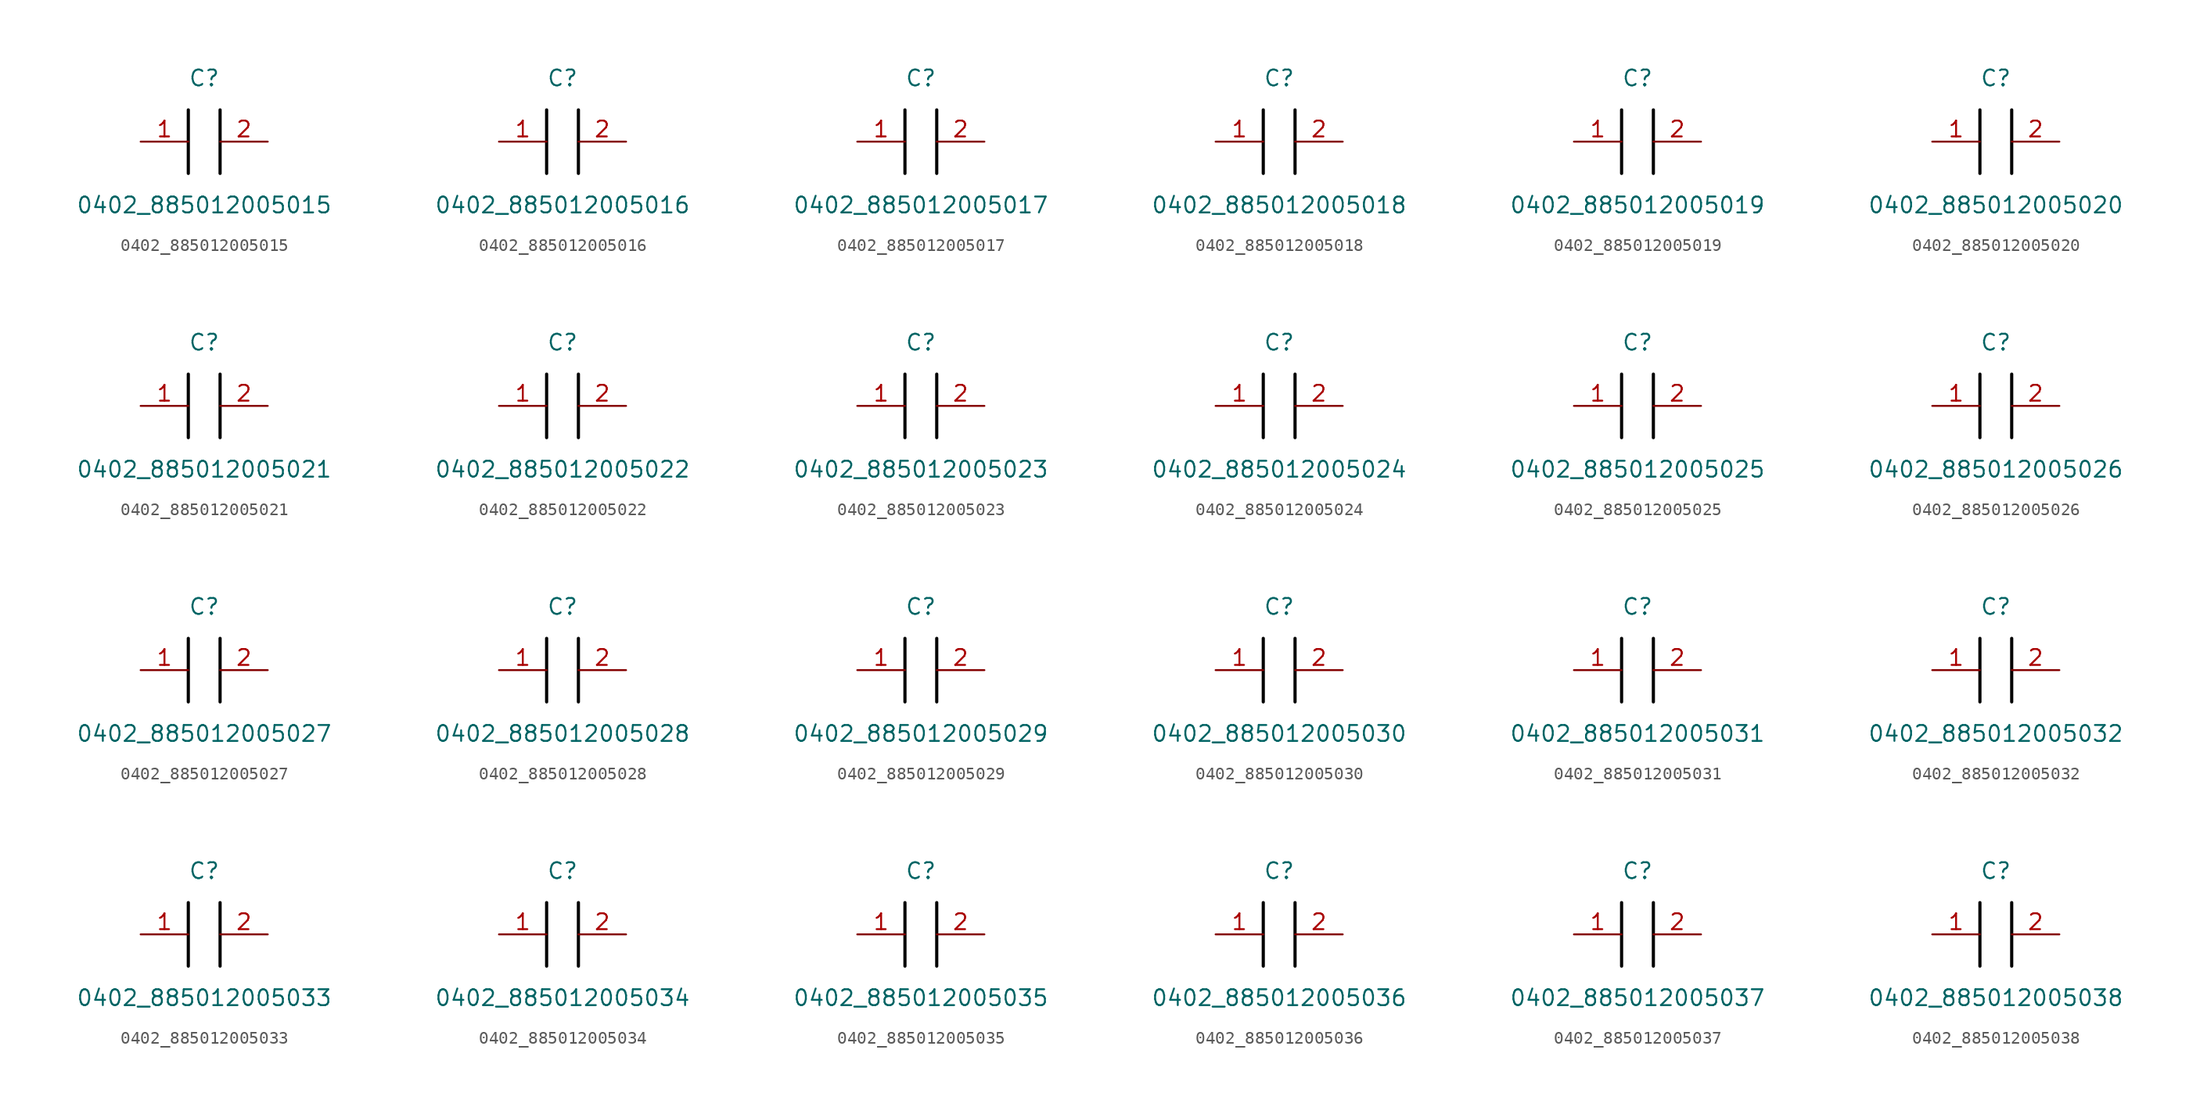
<source format=kicad_sym>
(kicad_symbol_lib
  (version 20220914)
  (generator kicad_symbol_editor)
  (symbol "0402_885012005015"
    (pin_names hide)
    (property "Reference" "C"
      (at 0 5.08 0)
      (effects (font (size 1.27 1.27))))
    (property "Value" "0402_885012005015"
      (at 0 -5.08 0)
      (effects (font (size 1.27 1.27))))
    (symbol "0402_885012005015_1_1"
      (polyline (pts (xy -1.27 2.54) (xy -1.27 -2.54)) (stroke (width 0.254) (type default) (color 0 0 0 1)) (fill (type none)))
      (polyline (pts (xy 1.27 2.54) (xy 1.27 -2.54)) (stroke (width 0.254) (type default) (color 0 0 0 1)) (fill (type none)))
      (pin passive line (at -5.08 0 0) (length 3.81) (name "1" (effects (font (size 1.27 1.27)))) (number "1" (effects (font (size 1.27 1.27)))))
      (pin passive line (at 5.08 0 180) (length 3.81) (name "2" (effects (font (size 1.27 1.27)))) (number "2" (effects (font (size 1.27 1.27)))))))
  (symbol "0402_885012005016"
    (pin_names hide)
    (property "Reference" "C"
      (at 0 5.08 0)
      (effects (font (size 1.27 1.27))))
    (property "Value" "0402_885012005016"
      (at 0 -5.08 0)
      (effects (font (size 1.27 1.27))))
    (symbol "0402_885012005016_1_1"
      (polyline (pts (xy -1.27 2.54) (xy -1.27 -2.54)) (stroke (width 0.254) (type default) (color 0 0 0 1)) (fill (type none)))
      (polyline (pts (xy 1.27 2.54) (xy 1.27 -2.54)) (stroke (width 0.254) (type default) (color 0 0 0 1)) (fill (type none)))
      (pin passive line (at -5.08 0 0) (length 3.81) (name "1" (effects (font (size 1.27 1.27)))) (number "1" (effects (font (size 1.27 1.27)))))
      (pin passive line (at 5.08 0 180) (length 3.81) (name "2" (effects (font (size 1.27 1.27)))) (number "2" (effects (font (size 1.27 1.27)))))))
  (symbol "0402_885012005017"
    (pin_names hide)
    (property "Reference" "C"
      (at 0 5.08 0)
      (effects (font (size 1.27 1.27))))
    (property "Value" "0402_885012005017"
      (at 0 -5.08 0)
      (effects (font (size 1.27 1.27))))
    (symbol "0402_885012005017_1_1"
      (polyline (pts (xy -1.27 2.54) (xy -1.27 -2.54)) (stroke (width 0.254) (type default) (color 0 0 0 1)) (fill (type none)))
      (polyline (pts (xy 1.27 2.54) (xy 1.27 -2.54)) (stroke (width 0.254) (type default) (color 0 0 0 1)) (fill (type none)))
      (pin passive line (at -5.08 0 0) (length 3.81) (name "1" (effects (font (size 1.27 1.27)))) (number "1" (effects (font (size 1.27 1.27)))))
      (pin passive line (at 5.08 0 180) (length 3.81) (name "2" (effects (font (size 1.27 1.27)))) (number "2" (effects (font (size 1.27 1.27)))))))
  (symbol "0402_885012005018"
    (pin_names hide)
    (property "Reference" "C"
      (at 0 5.08 0)
      (effects (font (size 1.27 1.27))))
    (property "Value" "0402_885012005018"
      (at 0 -5.08 0)
      (effects (font (size 1.27 1.27))))
    (symbol "0402_885012005018_1_1"
      (polyline (pts (xy -1.27 2.54) (xy -1.27 -2.54)) (stroke (width 0.254) (type default) (color 0 0 0 1)) (fill (type none)))
      (polyline (pts (xy 1.27 2.54) (xy 1.27 -2.54)) (stroke (width 0.254) (type default) (color 0 0 0 1)) (fill (type none)))
      (pin passive line (at -5.08 0 0) (length 3.81) (name "1" (effects (font (size 1.27 1.27)))) (number "1" (effects (font (size 1.27 1.27)))))
      (pin passive line (at 5.08 0 180) (length 3.81) (name "2" (effects (font (size 1.27 1.27)))) (number "2" (effects (font (size 1.27 1.27)))))))
  (symbol "0402_885012005019"
    (pin_names hide)
    (property "Reference" "C"
      (at 0 5.08 0)
      (effects (font (size 1.27 1.27))))
    (property "Value" "0402_885012005019"
      (at 0 -5.08 0)
      (effects (font (size 1.27 1.27))))
    (symbol "0402_885012005019_1_1"
      (polyline (pts (xy -1.27 2.54) (xy -1.27 -2.54)) (stroke (width 0.254) (type default) (color 0 0 0 1)) (fill (type none)))
      (polyline (pts (xy 1.27 2.54) (xy 1.27 -2.54)) (stroke (width 0.254) (type default) (color 0 0 0 1)) (fill (type none)))
      (pin passive line (at -5.08 0 0) (length 3.81) (name "1" (effects (font (size 1.27 1.27)))) (number "1" (effects (font (size 1.27 1.27)))))
      (pin passive line (at 5.08 0 180) (length 3.81) (name "2" (effects (font (size 1.27 1.27)))) (number "2" (effects (font (size 1.27 1.27)))))))
  (symbol "0402_885012005020"
    (pin_names hide)
    (property "Reference" "C"
      (at 0 5.08 0)
      (effects (font (size 1.27 1.27))))
    (property "Value" "0402_885012005020"
      (at 0 -5.08 0)
      (effects (font (size 1.27 1.27))))
    (symbol "0402_885012005020_1_1"
      (polyline (pts (xy -1.27 2.54) (xy -1.27 -2.54)) (stroke (width 0.254) (type default) (color 0 0 0 1)) (fill (type none)))
      (polyline (pts (xy 1.27 2.54) (xy 1.27 -2.54)) (stroke (width 0.254) (type default) (color 0 0 0 1)) (fill (type none)))
      (pin passive line (at -5.08 0 0) (length 3.81) (name "1" (effects (font (size 1.27 1.27)))) (number "1" (effects (font (size 1.27 1.27)))))
      (pin passive line (at 5.08 0 180) (length 3.81) (name "2" (effects (font (size 1.27 1.27)))) (number "2" (effects (font (size 1.27 1.27)))))))
  (symbol "0402_885012005021"
    (pin_names hide)
    (property "Reference" "C"
      (at 0 5.08 0)
      (effects (font (size 1.27 1.27))))
    (property "Value" "0402_885012005021"
      (at 0 -5.08 0)
      (effects (font (size 1.27 1.27))))
    (symbol "0402_885012005021_1_1"
      (polyline (pts (xy -1.27 2.54) (xy -1.27 -2.54)) (stroke (width 0.254) (type default) (color 0 0 0 1)) (fill (type none)))
      (polyline (pts (xy 1.27 2.54) (xy 1.27 -2.54)) (stroke (width 0.254) (type default) (color 0 0 0 1)) (fill (type none)))
      (pin passive line (at -5.08 0 0) (length 3.81) (name "1" (effects (font (size 1.27 1.27)))) (number "1" (effects (font (size 1.27 1.27)))))
      (pin passive line (at 5.08 0 180) (length 3.81) (name "2" (effects (font (size 1.27 1.27)))) (number "2" (effects (font (size 1.27 1.27)))))))
  (symbol "0402_885012005022"
    (pin_names hide)
    (property "Reference" "C"
      (at 0 5.08 0)
      (effects (font (size 1.27 1.27))))
    (property "Value" "0402_885012005022"
      (at 0 -5.08 0)
      (effects (font (size 1.27 1.27))))
    (symbol "0402_885012005022_1_1"
      (polyline (pts (xy -1.27 2.54) (xy -1.27 -2.54)) (stroke (width 0.254) (type default) (color 0 0 0 1)) (fill (type none)))
      (polyline (pts (xy 1.27 2.54) (xy 1.27 -2.54)) (stroke (width 0.254) (type default) (color 0 0 0 1)) (fill (type none)))
      (pin passive line (at -5.08 0 0) (length 3.81) (name "1" (effects (font (size 1.27 1.27)))) (number "1" (effects (font (size 1.27 1.27)))))
      (pin passive line (at 5.08 0 180) (length 3.81) (name "2" (effects (font (size 1.27 1.27)))) (number "2" (effects (font (size 1.27 1.27)))))))
  (symbol "0402_885012005023"
    (pin_names hide)
    (property "Reference" "C"
      (at 0 5.08 0)
      (effects (font (size 1.27 1.27))))
    (property "Value" "0402_885012005023"
      (at 0 -5.08 0)
      (effects (font (size 1.27 1.27))))
    (symbol "0402_885012005023_1_1"
      (polyline (pts (xy -1.27 2.54) (xy -1.27 -2.54)) (stroke (width 0.254) (type default) (color 0 0 0 1)) (fill (type none)))
      (polyline (pts (xy 1.27 2.54) (xy 1.27 -2.54)) (stroke (width 0.254) (type default) (color 0 0 0 1)) (fill (type none)))
      (pin passive line (at -5.08 0 0) (length 3.81) (name "1" (effects (font (size 1.27 1.27)))) (number "1" (effects (font (size 1.27 1.27)))))
      (pin passive line (at 5.08 0 180) (length 3.81) (name "2" (effects (font (size 1.27 1.27)))) (number "2" (effects (font (size 1.27 1.27)))))))
  (symbol "0402_885012005024"
    (pin_names hide)
    (property "Reference" "C"
      (at 0 5.08 0)
      (effects (font (size 1.27 1.27))))
    (property "Value" "0402_885012005024"
      (at 0 -5.08 0)
      (effects (font (size 1.27 1.27))))
    (symbol "0402_885012005024_1_1"
      (polyline (pts (xy -1.27 2.54) (xy -1.27 -2.54)) (stroke (width 0.254) (type default) (color 0 0 0 1)) (fill (type none)))
      (polyline (pts (xy 1.27 2.54) (xy 1.27 -2.54)) (stroke (width 0.254) (type default) (color 0 0 0 1)) (fill (type none)))
      (pin passive line (at -5.08 0 0) (length 3.81) (name "1" (effects (font (size 1.27 1.27)))) (number "1" (effects (font (size 1.27 1.27)))))
      (pin passive line (at 5.08 0 180) (length 3.81) (name "2" (effects (font (size 1.27 1.27)))) (number "2" (effects (font (size 1.27 1.27)))))))
  (symbol "0402_885012005025"
    (pin_names hide)
    (property "Reference" "C"
      (at 0 5.08 0)
      (effects (font (size 1.27 1.27))))
    (property "Value" "0402_885012005025"
      (at 0 -5.08 0)
      (effects (font (size 1.27 1.27))))
    (symbol "0402_885012005025_1_1"
      (polyline (pts (xy -1.27 2.54) (xy -1.27 -2.54)) (stroke (width 0.254) (type default) (color 0 0 0 1)) (fill (type none)))
      (polyline (pts (xy 1.27 2.54) (xy 1.27 -2.54)) (stroke (width 0.254) (type default) (color 0 0 0 1)) (fill (type none)))
      (pin passive line (at -5.08 0 0) (length 3.81) (name "1" (effects (font (size 1.27 1.27)))) (number "1" (effects (font (size 1.27 1.27)))))
      (pin passive line (at 5.08 0 180) (length 3.81) (name "2" (effects (font (size 1.27 1.27)))) (number "2" (effects (font (size 1.27 1.27)))))))
  (symbol "0402_885012005026"
    (pin_names hide)
    (property "Reference" "C"
      (at 0 5.08 0)
      (effects (font (size 1.27 1.27))))
    (property "Value" "0402_885012005026"
      (at 0 -5.08 0)
      (effects (font (size 1.27 1.27))))
    (symbol "0402_885012005026_1_1"
      (polyline (pts (xy -1.27 2.54) (xy -1.27 -2.54)) (stroke (width 0.254) (type default) (color 0 0 0 1)) (fill (type none)))
      (polyline (pts (xy 1.27 2.54) (xy 1.27 -2.54)) (stroke (width 0.254) (type default) (color 0 0 0 1)) (fill (type none)))
      (pin passive line (at -5.08 0 0) (length 3.81) (name "1" (effects (font (size 1.27 1.27)))) (number "1" (effects (font (size 1.27 1.27)))))
      (pin passive line (at 5.08 0 180) (length 3.81) (name "2" (effects (font (size 1.27 1.27)))) (number "2" (effects (font (size 1.27 1.27)))))))
  (symbol "0402_885012005027"
    (pin_names hide)
    (property "Reference" "C"
      (at 0 5.08 0)
      (effects (font (size 1.27 1.27))))
    (property "Value" "0402_885012005027"
      (at 0 -5.08 0)
      (effects (font (size 1.27 1.27))))
    (symbol "0402_885012005027_1_1"
      (polyline (pts (xy -1.27 2.54) (xy -1.27 -2.54)) (stroke (width 0.254) (type default) (color 0 0 0 1)) (fill (type none)))
      (polyline (pts (xy 1.27 2.54) (xy 1.27 -2.54)) (stroke (width 0.254) (type default) (color 0 0 0 1)) (fill (type none)))
      (pin passive line (at -5.08 0 0) (length 3.81) (name "1" (effects (font (size 1.27 1.27)))) (number "1" (effects (font (size 1.27 1.27)))))
      (pin passive line (at 5.08 0 180) (length 3.81) (name "2" (effects (font (size 1.27 1.27)))) (number "2" (effects (font (size 1.27 1.27)))))))
  (symbol "0402_885012005028"
    (pin_names hide)
    (property "Reference" "C"
      (at 0 5.08 0)
      (effects (font (size 1.27 1.27))))
    (property "Value" "0402_885012005028"
      (at 0 -5.08 0)
      (effects (font (size 1.27 1.27))))
    (symbol "0402_885012005028_1_1"
      (polyline (pts (xy -1.27 2.54) (xy -1.27 -2.54)) (stroke (width 0.254) (type default) (color 0 0 0 1)) (fill (type none)))
      (polyline (pts (xy 1.27 2.54) (xy 1.27 -2.54)) (stroke (width 0.254) (type default) (color 0 0 0 1)) (fill (type none)))
      (pin passive line (at -5.08 0 0) (length 3.81) (name "1" (effects (font (size 1.27 1.27)))) (number "1" (effects (font (size 1.27 1.27)))))
      (pin passive line (at 5.08 0 180) (length 3.81) (name "2" (effects (font (size 1.27 1.27)))) (number "2" (effects (font (size 1.27 1.27)))))))
  (symbol "0402_885012005029"
    (pin_names hide)
    (property "Reference" "C"
      (at 0 5.08 0)
      (effects (font (size 1.27 1.27))))
    (property "Value" "0402_885012005029"
      (at 0 -5.08 0)
      (effects (font (size 1.27 1.27))))
    (symbol "0402_885012005029_1_1"
      (polyline (pts (xy -1.27 2.54) (xy -1.27 -2.54)) (stroke (width 0.254) (type default) (color 0 0 0 1)) (fill (type none)))
      (polyline (pts (xy 1.27 2.54) (xy 1.27 -2.54)) (stroke (width 0.254) (type default) (color 0 0 0 1)) (fill (type none)))
      (pin passive line (at -5.08 0 0) (length 3.81) (name "1" (effects (font (size 1.27 1.27)))) (number "1" (effects (font (size 1.27 1.27)))))
      (pin passive line (at 5.08 0 180) (length 3.81) (name "2" (effects (font (size 1.27 1.27)))) (number "2" (effects (font (size 1.27 1.27)))))))
  (symbol "0402_885012005030"
    (pin_names hide)
    (property "Reference" "C"
      (at 0 5.08 0)
      (effects (font (size 1.27 1.27))))
    (property "Value" "0402_885012005030"
      (at 0 -5.08 0)
      (effects (font (size 1.27 1.27))))
    (symbol "0402_885012005030_1_1"
      (polyline (pts (xy -1.27 2.54) (xy -1.27 -2.54)) (stroke (width 0.254) (type default) (color 0 0 0 1)) (fill (type none)))
      (polyline (pts (xy 1.27 2.54) (xy 1.27 -2.54)) (stroke (width 0.254) (type default) (color 0 0 0 1)) (fill (type none)))
      (pin passive line (at -5.08 0 0) (length 3.81) (name "1" (effects (font (size 1.27 1.27)))) (number "1" (effects (font (size 1.27 1.27)))))
      (pin passive line (at 5.08 0 180) (length 3.81) (name "2" (effects (font (size 1.27 1.27)))) (number "2" (effects (font (size 1.27 1.27)))))))
  (symbol "0402_885012005031"
    (pin_names hide)
    (property "Reference" "C"
      (at 0 5.08 0)
      (effects (font (size 1.27 1.27))))
    (property "Value" "0402_885012005031"
      (at 0 -5.08 0)
      (effects (font (size 1.27 1.27))))
    (symbol "0402_885012005031_1_1"
      (polyline (pts (xy -1.27 2.54) (xy -1.27 -2.54)) (stroke (width 0.254) (type default) (color 0 0 0 1)) (fill (type none)))
      (polyline (pts (xy 1.27 2.54) (xy 1.27 -2.54)) (stroke (width 0.254) (type default) (color 0 0 0 1)) (fill (type none)))
      (pin passive line (at -5.08 0 0) (length 3.81) (name "1" (effects (font (size 1.27 1.27)))) (number "1" (effects (font (size 1.27 1.27)))))
      (pin passive line (at 5.08 0 180) (length 3.81) (name "2" (effects (font (size 1.27 1.27)))) (number "2" (effects (font (size 1.27 1.27)))))))
  (symbol "0402_885012005032"
    (pin_names hide)
    (property "Reference" "C"
      (at 0 5.08 0)
      (effects (font (size 1.27 1.27))))
    (property "Value" "0402_885012005032"
      (at 0 -5.08 0)
      (effects (font (size 1.27 1.27))))
    (symbol "0402_885012005032_1_1"
      (polyline (pts (xy -1.27 2.54) (xy -1.27 -2.54)) (stroke (width 0.254) (type default) (color 0 0 0 1)) (fill (type none)))
      (polyline (pts (xy 1.27 2.54) (xy 1.27 -2.54)) (stroke (width 0.254) (type default) (color 0 0 0 1)) (fill (type none)))
      (pin passive line (at -5.08 0 0) (length 3.81) (name "1" (effects (font (size 1.27 1.27)))) (number "1" (effects (font (size 1.27 1.27)))))
      (pin passive line (at 5.08 0 180) (length 3.81) (name "2" (effects (font (size 1.27 1.27)))) (number "2" (effects (font (size 1.27 1.27)))))))
  (symbol "0402_885012005033"
    (pin_names hide)
    (property "Reference" "C"
      (at 0 5.08 0)
      (effects (font (size 1.27 1.27))))
    (property "Value" "0402_885012005033"
      (at 0 -5.08 0)
      (effects (font (size 1.27 1.27))))
    (symbol "0402_885012005033_1_1"
      (polyline (pts (xy -1.27 2.54) (xy -1.27 -2.54)) (stroke (width 0.254) (type default) (color 0 0 0 1)) (fill (type none)))
      (polyline (pts (xy 1.27 2.54) (xy 1.27 -2.54)) (stroke (width 0.254) (type default) (color 0 0 0 1)) (fill (type none)))
      (pin passive line (at -5.08 0 0) (length 3.81) (name "1" (effects (font (size 1.27 1.27)))) (number "1" (effects (font (size 1.27 1.27)))))
      (pin passive line (at 5.08 0 180) (length 3.81) (name "2" (effects (font (size 1.27 1.27)))) (number "2" (effects (font (size 1.27 1.27)))))))
  (symbol "0402_885012005034"
    (pin_names hide)
    (property "Reference" "C"
      (at 0 5.08 0)
      (effects (font (size 1.27 1.27))))
    (property "Value" "0402_885012005034"
      (at 0 -5.08 0)
      (effects (font (size 1.27 1.27))))
    (symbol "0402_885012005034_1_1"
      (polyline (pts (xy -1.27 2.54) (xy -1.27 -2.54)) (stroke (width 0.254) (type default) (color 0 0 0 1)) (fill (type none)))
      (polyline (pts (xy 1.27 2.54) (xy 1.27 -2.54)) (stroke (width 0.254) (type default) (color 0 0 0 1)) (fill (type none)))
      (pin passive line (at -5.08 0 0) (length 3.81) (name "1" (effects (font (size 1.27 1.27)))) (number "1" (effects (font (size 1.27 1.27)))))
      (pin passive line (at 5.08 0 180) (length 3.81) (name "2" (effects (font (size 1.27 1.27)))) (number "2" (effects (font (size 1.27 1.27)))))))
  (symbol "0402_885012005035"
    (pin_names hide)
    (property "Reference" "C"
      (at 0 5.08 0)
      (effects (font (size 1.27 1.27))))
    (property "Value" "0402_885012005035"
      (at 0 -5.08 0)
      (effects (font (size 1.27 1.27))))
    (symbol "0402_885012005035_1_1"
      (polyline (pts (xy -1.27 2.54) (xy -1.27 -2.54)) (stroke (width 0.254) (type default) (color 0 0 0 1)) (fill (type none)))
      (polyline (pts (xy 1.27 2.54) (xy 1.27 -2.54)) (stroke (width 0.254) (type default) (color 0 0 0 1)) (fill (type none)))
      (pin passive line (at -5.08 0 0) (length 3.81) (name "1" (effects (font (size 1.27 1.27)))) (number "1" (effects (font (size 1.27 1.27)))))
      (pin passive line (at 5.08 0 180) (length 3.81) (name "2" (effects (font (size 1.27 1.27)))) (number "2" (effects (font (size 1.27 1.27)))))))
  (symbol "0402_885012005036"
    (pin_names hide)
    (property "Reference" "C"
      (at 0 5.08 0)
      (effects (font (size 1.27 1.27))))
    (property "Value" "0402_885012005036"
      (at 0 -5.08 0)
      (effects (font (size 1.27 1.27))))
    (symbol "0402_885012005036_1_1"
      (polyline (pts (xy -1.27 2.54) (xy -1.27 -2.54)) (stroke (width 0.254) (type default) (color 0 0 0 1)) (fill (type none)))
      (polyline (pts (xy 1.27 2.54) (xy 1.27 -2.54)) (stroke (width 0.254) (type default) (color 0 0 0 1)) (fill (type none)))
      (pin passive line (at -5.08 0 0) (length 3.81) (name "1" (effects (font (size 1.27 1.27)))) (number "1" (effects (font (size 1.27 1.27)))))
      (pin passive line (at 5.08 0 180) (length 3.81) (name "2" (effects (font (size 1.27 1.27)))) (number "2" (effects (font (size 1.27 1.27)))))))
  (symbol "0402_885012005037"
    (pin_names hide)
    (property "Reference" "C"
      (at 0 5.08 0)
      (effects (font (size 1.27 1.27))))
    (property "Value" "0402_885012005037"
      (at 0 -5.08 0)
      (effects (font (size 1.27 1.27))))
    (symbol "0402_885012005037_1_1"
      (polyline (pts (xy -1.27 2.54) (xy -1.27 -2.54)) (stroke (width 0.254) (type default) (color 0 0 0 1)) (fill (type none)))
      (polyline (pts (xy 1.27 2.54) (xy 1.27 -2.54)) (stroke (width 0.254) (type default) (color 0 0 0 1)) (fill (type none)))
      (pin passive line (at -5.08 0 0) (length 3.81) (name "1" (effects (font (size 1.27 1.27)))) (number "1" (effects (font (size 1.27 1.27)))))
      (pin passive line (at 5.08 0 180) (length 3.81) (name "2" (effects (font (size 1.27 1.27)))) (number "2" (effects (font (size 1.27 1.27)))))))
  (symbol "0402_885012005038"
    (pin_names hide)
    (property "Reference" "C"
      (at 0 5.08 0)
      (effects (font (size 1.27 1.27))))
    (property "Value" "0402_885012005038"
      (at 0 -5.08 0)
      (effects (font (size 1.27 1.27))))
    (symbol "0402_885012005038_1_1"
      (polyline (pts (xy -1.27 2.54) (xy -1.27 -2.54)) (stroke (width 0.254) (type default) (color 0 0 0 1)) (fill (type none)))
      (polyline (pts (xy 1.27 2.54) (xy 1.27 -2.54)) (stroke (width 0.254) (type default) (color 0 0 0 1)) (fill (type none)))
      (pin passive line (at -5.08 0 0) (length 3.81) (name "1" (effects (font (size 1.27 1.27)))) (number "1" (effects (font (size 1.27 1.27)))))
      (pin passive line (at 5.08 0 180) (length 3.81) (name "2" (effects (font (size 1.27 1.27)))) (number "2" (effects (font (size 1.27 1.27))))))))
</source>
